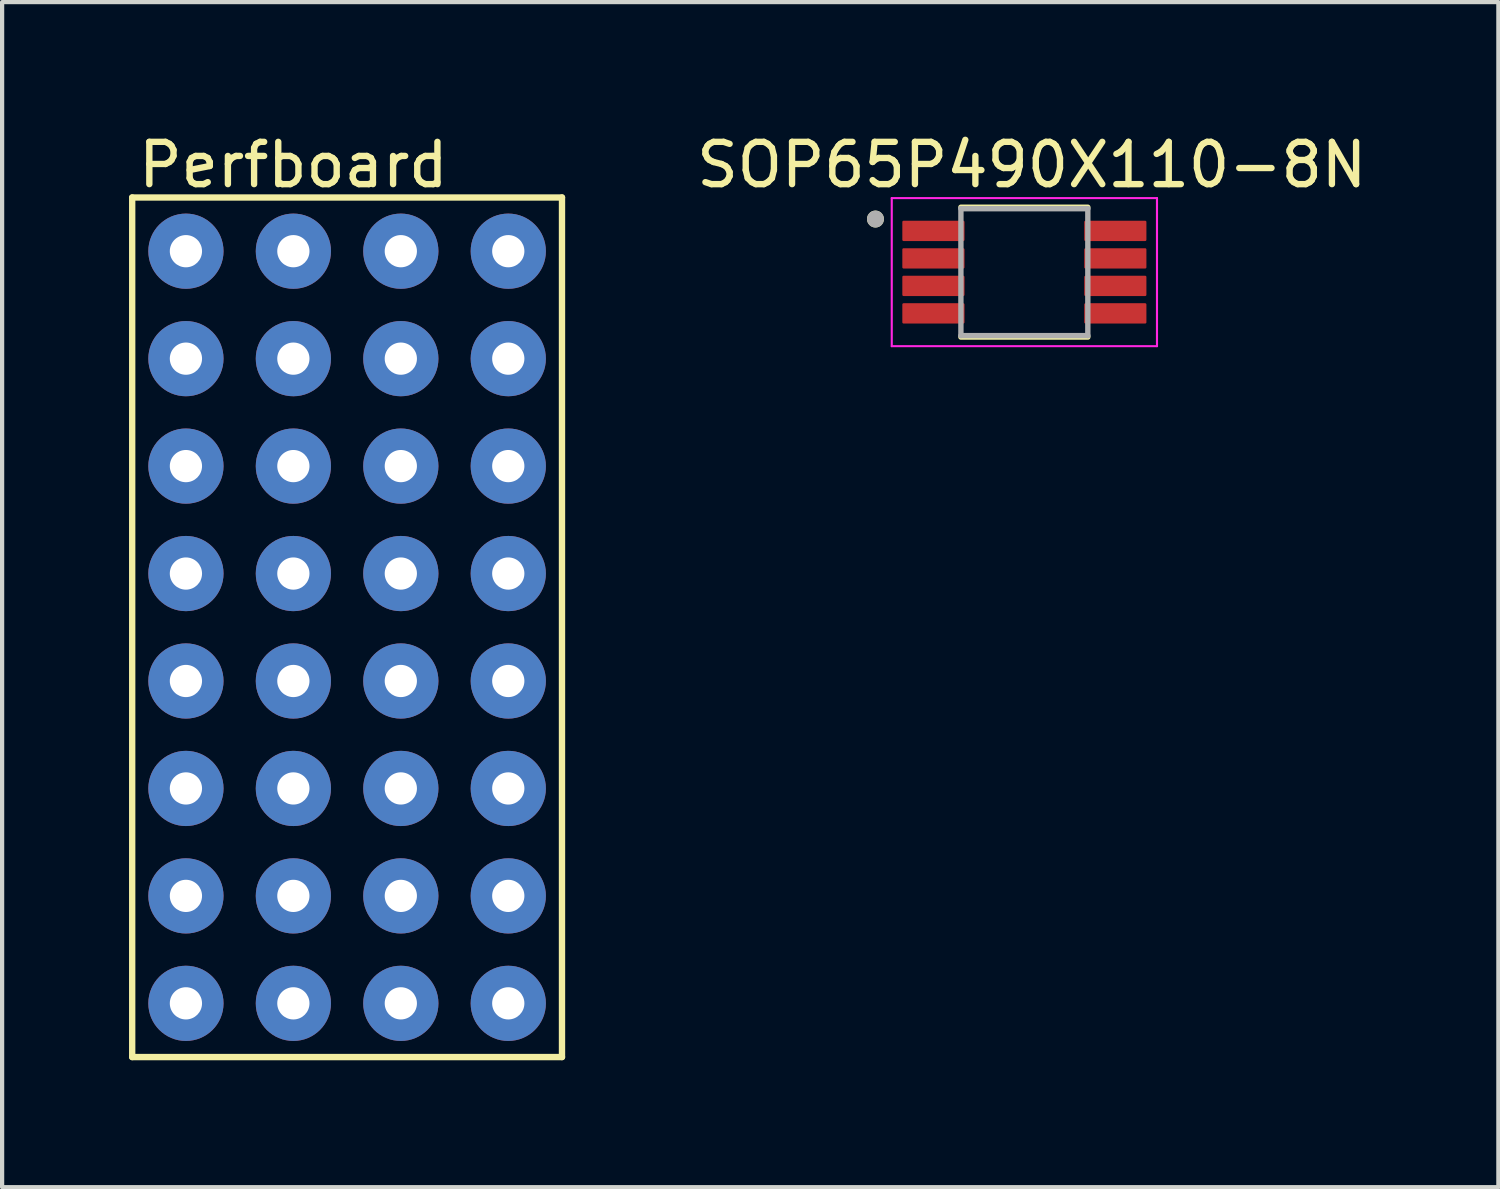
<source format=kicad_pcb>
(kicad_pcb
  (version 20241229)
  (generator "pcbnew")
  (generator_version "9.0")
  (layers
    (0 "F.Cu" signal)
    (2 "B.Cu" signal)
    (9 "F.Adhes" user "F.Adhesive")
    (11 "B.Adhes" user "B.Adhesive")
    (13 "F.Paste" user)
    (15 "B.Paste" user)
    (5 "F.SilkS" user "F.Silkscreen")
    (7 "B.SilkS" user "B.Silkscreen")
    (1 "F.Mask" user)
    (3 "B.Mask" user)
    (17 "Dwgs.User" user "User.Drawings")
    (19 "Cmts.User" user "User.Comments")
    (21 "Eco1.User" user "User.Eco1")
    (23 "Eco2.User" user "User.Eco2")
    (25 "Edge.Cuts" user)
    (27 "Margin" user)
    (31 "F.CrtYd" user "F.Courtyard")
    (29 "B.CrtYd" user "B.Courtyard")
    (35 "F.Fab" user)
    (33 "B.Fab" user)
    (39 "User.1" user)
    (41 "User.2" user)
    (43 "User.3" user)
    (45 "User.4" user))
  (footprint "Perfboard"
    (layer "F.Cu")
    (at 3.885 0.348)
    (property "Reference" "Perfboard" (at 0 0.5 0) (layer "F.SilkS") (effects (font (size 1 1) (thickness 0.15))))
    (attr through_hole)
    (fp_line (start -3.81 1.27) (end -3.81 21.59) (stroke (width 0.15) (type solid)) (layer "F.SilkS"))
    (fp_line (start -3.81 21.59) (end 6.35 21.59) (stroke (width 0.15) (type solid)) (layer "F.SilkS"))
    (fp_line (start 6.35 1.27) (end -3.81 1.27) (stroke (width 0.15) (type solid)) (layer "F.SilkS"))
    (fp_line (start 6.35 21.59) (end 6.35 1.27) (stroke (width 0.15) (type solid)) (layer "F.SilkS"))
    (pad "11" thru_hole circle (at -2.54 2.54) (size 1.778 1.778) (drill 0.762) (layers "*.Cu" "*.Mask"))
    (pad "12" thru_hole circle (at -2.54 5.08) (size 1.778 1.778) (drill 0.762) (layers "*.Cu" "*.Mask"))
    (pad "13" thru_hole circle (at -2.54 7.62) (size 1.778 1.778) (drill 0.762) (layers "*.Cu" "*.Mask"))
    (pad "14" thru_hole circle (at -2.54 10.16) (size 1.778 1.778) (drill 0.762) (layers "*.Cu" "*.Mask"))
    (pad "15" thru_hole circle (at -2.54 12.7) (size 1.778 1.778) (drill 0.762) (layers "*.Cu" "*.Mask"))
    (pad "16" thru_hole circle (at -2.54 15.24) (size 1.778 1.778) (drill 0.762) (layers "*.Cu" "*.Mask"))
    (pad "17" thru_hole circle (at -2.54 17.78) (size 1.778 1.778) (drill 0.762) (layers "*.Cu" "*.Mask"))
    (pad "18" thru_hole circle (at -2.54 20.32) (size 1.778 1.778) (drill 0.762) (layers "*.Cu" "*.Mask"))
    (pad "21" thru_hole circle (at 0 2.54) (size 1.778 1.778) (drill 0.762) (layers "*.Cu" "*.Mask"))
    (pad "22" thru_hole circle (at 0 5.08) (size 1.778 1.778) (drill 0.762) (layers "*.Cu" "*.Mask"))
    (pad "23" thru_hole circle (at 0 7.62) (size 1.778 1.778) (drill 0.762) (layers "*.Cu" "*.Mask"))
    (pad "24" thru_hole circle (at 0 10.16) (size 1.778 1.778) (drill 0.762) (layers "*.Cu" "*.Mask"))
    (pad "25" thru_hole circle (at 0 12.7) (size 1.778 1.778) (drill 0.762) (layers "*.Cu" "*.Mask"))
    (pad "26" thru_hole circle (at 0 15.24) (size 1.778 1.778) (drill 0.762) (layers "*.Cu" "*.Mask"))
    (pad "27" thru_hole circle (at 0 17.78) (size 1.778 1.778) (drill 0.762) (layers "*.Cu" "*.Mask"))
    (pad "28" thru_hole circle (at 0 20.32) (size 1.778 1.778) (drill 0.762) (layers "*.Cu" "*.Mask"))
    (pad "31" thru_hole circle (at 2.54 2.54) (size 1.778 1.778) (drill 0.762) (layers "*.Cu" "*.Mask"))
    (pad "32" thru_hole circle (at 2.54 5.08) (size 1.778 1.778) (drill 0.762) (layers "*.Cu" "*.Mask"))
    (pad "33" thru_hole circle (at 2.54 7.62) (size 1.778 1.778) (drill 0.762) (layers "*.Cu" "*.Mask"))
    (pad "34" thru_hole circle (at 2.54 10.16) (size 1.778 1.778) (drill 0.762) (layers "*.Cu" "*.Mask"))
    (pad "35" thru_hole circle (at 2.54 12.7) (size 1.778 1.778) (drill 0.762) (layers "*.Cu" "*.Mask"))
    (pad "36" thru_hole circle (at 2.54 15.24) (size 1.778 1.778) (drill 0.762) (layers "*.Cu" "*.Mask"))
    (pad "37" thru_hole circle (at 2.54 17.78) (size 1.778 1.778) (drill 0.762) (layers "*.Cu" "*.Mask"))
    (pad "38" thru_hole circle (at 2.54 20.32) (size 1.778 1.778) (drill 0.762) (layers "*.Cu" "*.Mask"))
    (pad "41" thru_hole circle (at 5.08 2.54) (size 1.778 1.778) (drill 0.762) (layers "*.Cu" "*.Mask"))
    (pad "42" thru_hole circle (at 5.08 5.08) (size 1.778 1.778) (drill 0.762) (layers "*.Cu" "*.Mask"))
    (pad "43" thru_hole circle (at 5.08 7.62) (size 1.778 1.778) (drill 0.762) (layers "*.Cu" "*.Mask"))
    (pad "44" thru_hole circle (at 5.08 10.16) (size 1.778 1.778) (drill 0.762) (layers "*.Cu" "*.Mask"))
    (pad "45" thru_hole circle (at 5.08 12.7) (size 1.778 1.778) (drill 0.762) (layers "*.Cu" "*.Mask"))
    (pad "46" thru_hole circle (at 5.08 15.24) (size 1.778 1.778) (drill 0.762) (layers "*.Cu" "*.Mask"))
    (pad "47" thru_hole circle (at 5.08 17.78) (size 1.778 1.778) (drill 0.762) (layers "*.Cu" "*.Mask"))
    (pad "48" thru_hole circle (at 5.08 20.32) (size 1.778 1.778) (drill 0.762) (layers "*.Cu" "*.Mask")))
  (footprint "SOP65P490X110-8N"
    (layer "F.Cu")
    (at 21.165 3.383)
    (property "Reference" "SOP65P490X110-8N" (at 0.175 -2.535 0) (layer "F.SilkS") (effects (font (size 1 1) (thickness 0.15))))
    (attr through_hole)
    (fp_line (start -1.5 -1.535) (end 1.5 -1.535) (stroke (width 0.127) (type solid)) (layer "F.SilkS"))
    (fp_line (start -1.5 1.535) (end 1.5 1.535) (stroke (width 0.127) (type solid)) (layer "F.SilkS"))
    (fp_circle (center -3.52 -1.255) (end -3.42 -1.255) (stroke (width 0.2) (type solid)) (fill no) (layer "F.SilkS"))
    (fp_line (start -3.135 -1.75) (end -3.135 1.75) (stroke (width 0.05) (type solid)) (layer "F.CrtYd"))
    (fp_line (start -3.135 -1.75) (end 3.135 -1.75) (stroke (width 0.05) (type solid)) (layer "F.CrtYd"))
    (fp_line (start -3.135 1.75) (end 3.135 1.75) (stroke (width 0.05) (type solid)) (layer "F.CrtYd"))
    (fp_line (start 3.135 -1.75) (end 3.135 1.75) (stroke (width 0.05) (type solid)) (layer "F.CrtYd"))
    (fp_line (start -1.5 -1.5) (end -1.5 1.5) (stroke (width 0.127) (type solid)) (layer "F.Fab"))
    (fp_line (start -1.5 -1.5) (end 1.5 -1.5) (stroke (width 0.127) (type solid)) (layer "F.Fab"))
    (fp_line (start -1.5 1.5) (end 1.5 1.5) (stroke (width 0.127) (type solid)) (layer "F.Fab"))
    (fp_line (start 1.5 -1.5) (end 1.5 1.5) (stroke (width 0.127) (type solid)) (layer "F.Fab"))
    (fp_circle (center -3.52 -1.255) (end -3.42 -1.255) (stroke (width 0.2) (type solid)) (fill no) (layer "F.Fab"))
    (pad "1" smd roundrect (at -2.15 -0.975) (size 1.47 0.48) (layers "F.Cu" "F.Mask" "F.Paste") (roundrect_rratio 0.06))
    (pad "2" smd roundrect (at -2.15 -0.325) (size 1.47 0.48) (layers "F.Cu" "F.Mask" "F.Paste") (roundrect_rratio 0.06))
    (pad "3" smd roundrect (at -2.15 0.325) (size 1.47 0.48) (layers "F.Cu" "F.Mask" "F.Paste") (roundrect_rratio 0.06))
    (pad "4" smd roundrect (at -2.15 0.975) (size 1.47 0.48) (layers "F.Cu" "F.Mask" "F.Paste") (roundrect_rratio 0.06))
    (pad "5" smd roundrect (at 2.15 0.975) (size 1.47 0.48) (layers "F.Cu" "F.Mask" "F.Paste") (roundrect_rratio 0.06))
    (pad "6" smd roundrect (at 2.15 0.325) (size 1.47 0.48) (layers "F.Cu" "F.Mask" "F.Paste") (roundrect_rratio 0.06))
    (pad "7" smd roundrect (at 2.15 -0.325) (size 1.47 0.48) (layers "F.Cu" "F.Mask" "F.Paste") (roundrect_rratio 0.06))
    (pad "8" smd roundrect (at 2.15 -0.975) (size 1.47 0.48) (layers "F.Cu" "F.Mask" "F.Paste") (roundrect_rratio 0.06)))
  (gr_rect
    (start -3 -3)
    (end 32.37 25.013)
    (stroke (width 0.1) (type default))
    (fill no)
    (layer "Edge.Cuts")))
</source>
